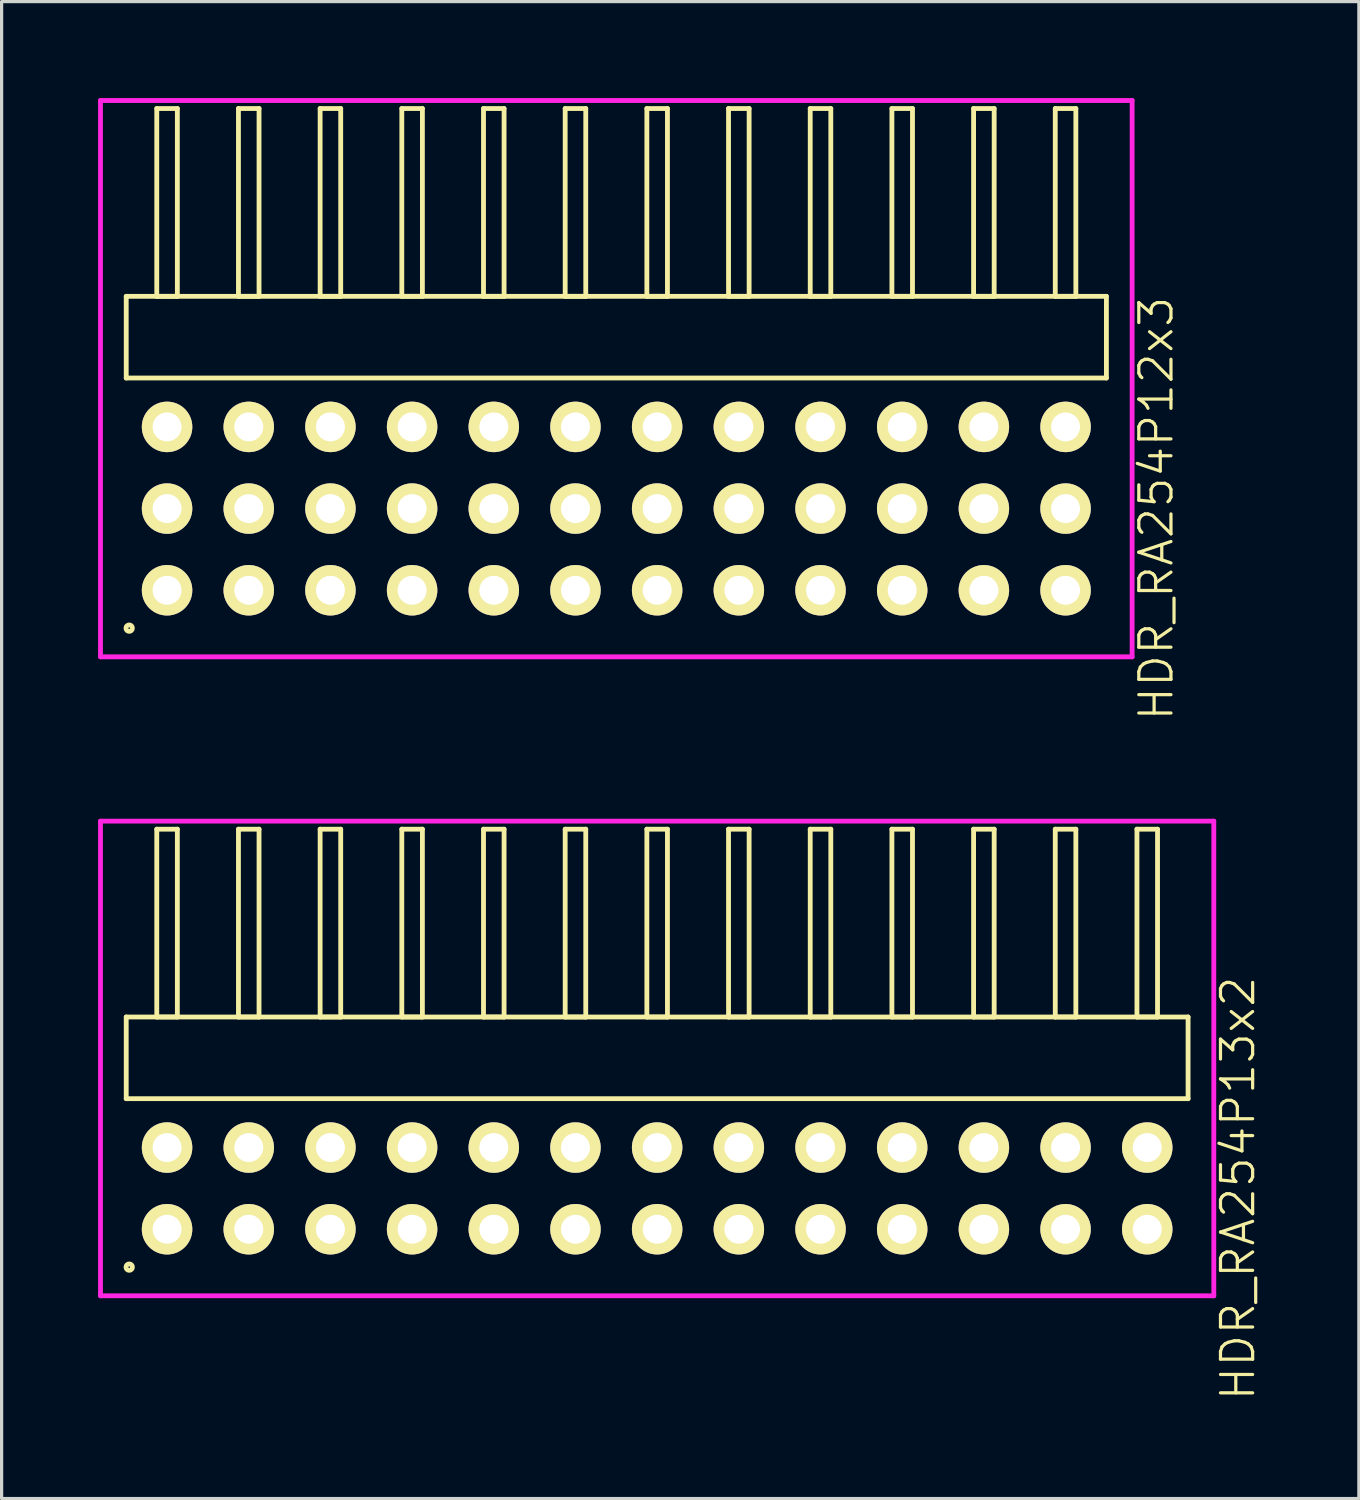
<source format=kicad_pcb>
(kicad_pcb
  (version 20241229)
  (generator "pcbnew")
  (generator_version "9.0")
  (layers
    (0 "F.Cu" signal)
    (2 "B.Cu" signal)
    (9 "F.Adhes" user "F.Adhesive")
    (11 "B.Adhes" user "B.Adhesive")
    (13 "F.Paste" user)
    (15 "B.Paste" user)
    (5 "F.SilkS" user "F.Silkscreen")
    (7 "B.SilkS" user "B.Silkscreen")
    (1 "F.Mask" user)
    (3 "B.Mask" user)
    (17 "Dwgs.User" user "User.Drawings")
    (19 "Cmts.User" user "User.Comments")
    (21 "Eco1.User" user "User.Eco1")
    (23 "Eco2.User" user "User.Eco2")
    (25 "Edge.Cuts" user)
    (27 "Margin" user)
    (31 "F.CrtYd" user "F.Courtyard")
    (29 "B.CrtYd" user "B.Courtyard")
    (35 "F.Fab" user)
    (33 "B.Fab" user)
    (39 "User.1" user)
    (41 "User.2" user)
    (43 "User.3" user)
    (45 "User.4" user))
  (footprint "HDR_RA254P13x2"
    (layer "F.Cu")
    (at 17.385 33.905)
    (property "Reference" "HDR_RA254P13x2" (at 18.06 0 90) (layer "F.SilkS") (effects (font (size 1 1) (thickness 0.1))))
    (attr through_hole)
    (fp_line (start -16.51 -5.33) (end -16.51 -2.79) (stroke (width 0.15) (type solid)) (layer "F.SilkS"))
    (fp_line (start -16.51 -2.79) (end 16.51 -2.79) (stroke (width 0.15) (type solid)) (layer "F.SilkS"))
    (fp_line (start -15.56 -11.17) (end -15.56 -5.33) (stroke (width 0.15) (type solid)) (layer "F.SilkS"))
    (fp_line (start -15.56 -5.33) (end -14.92 -5.33) (stroke (width 0.15) (type solid)) (layer "F.SilkS"))
    (fp_line (start -14.92 -11.17) (end -15.56 -11.17) (stroke (width 0.15) (type solid)) (layer "F.SilkS"))
    (fp_line (start -14.92 -5.33) (end -14.92 -11.17) (stroke (width 0.15) (type solid)) (layer "F.SilkS"))
    (fp_line (start -13.02 -11.17) (end -13.02 -5.33) (stroke (width 0.15) (type solid)) (layer "F.SilkS"))
    (fp_line (start -13.02 -5.33) (end -12.38 -5.33) (stroke (width 0.15) (type solid)) (layer "F.SilkS"))
    (fp_line (start -12.38 -11.17) (end -13.02 -11.17) (stroke (width 0.15) (type solid)) (layer "F.SilkS"))
    (fp_line (start -12.38 -5.33) (end -12.38 -11.17) (stroke (width 0.15) (type solid)) (layer "F.SilkS"))
    (fp_line (start -10.48 -11.17) (end -10.48 -5.33) (stroke (width 0.15) (type solid)) (layer "F.SilkS"))
    (fp_line (start -10.48 -5.33) (end -9.84 -5.33) (stroke (width 0.15) (type solid)) (layer "F.SilkS"))
    (fp_line (start -9.84 -11.17) (end -10.48 -11.17) (stroke (width 0.15) (type solid)) (layer "F.SilkS"))
    (fp_line (start -9.84 -5.33) (end -9.84 -11.17) (stroke (width 0.15) (type solid)) (layer "F.SilkS"))
    (fp_line (start -7.94 -11.17) (end -7.94 -5.33) (stroke (width 0.15) (type solid)) (layer "F.SilkS"))
    (fp_line (start -7.94 -5.33) (end -7.3 -5.33) (stroke (width 0.15) (type solid)) (layer "F.SilkS"))
    (fp_line (start -7.3 -11.17) (end -7.94 -11.17) (stroke (width 0.15) (type solid)) (layer "F.SilkS"))
    (fp_line (start -7.3 -5.33) (end -7.3 -11.17) (stroke (width 0.15) (type solid)) (layer "F.SilkS"))
    (fp_line (start -5.4 -11.17) (end -5.4 -5.33) (stroke (width 0.15) (type solid)) (layer "F.SilkS"))
    (fp_line (start -5.4 -5.33) (end -4.76 -5.33) (stroke (width 0.15) (type solid)) (layer "F.SilkS"))
    (fp_line (start -4.76 -11.17) (end -5.4 -11.17) (stroke (width 0.15) (type solid)) (layer "F.SilkS"))
    (fp_line (start -4.76 -5.33) (end -4.76 -11.17) (stroke (width 0.15) (type solid)) (layer "F.SilkS"))
    (fp_line (start -2.86 -11.17) (end -2.86 -5.33) (stroke (width 0.15) (type solid)) (layer "F.SilkS"))
    (fp_line (start -2.86 -5.33) (end -2.22 -5.33) (stroke (width 0.15) (type solid)) (layer "F.SilkS"))
    (fp_line (start -2.22 -11.17) (end -2.86 -11.17) (stroke (width 0.15) (type solid)) (layer "F.SilkS"))
    (fp_line (start -2.22 -5.33) (end -2.22 -11.17) (stroke (width 0.15) (type solid)) (layer "F.SilkS"))
    (fp_line (start -0.32 -11.17) (end -0.32 -5.33) (stroke (width 0.15) (type solid)) (layer "F.SilkS"))
    (fp_line (start -0.32 -5.33) (end 0.32 -5.33) (stroke (width 0.15) (type solid)) (layer "F.SilkS"))
    (fp_line (start 0.32 -11.17) (end -0.32 -11.17) (stroke (width 0.15) (type solid)) (layer "F.SilkS"))
    (fp_line (start 0.32 -5.33) (end 0.32 -11.17) (stroke (width 0.15) (type solid)) (layer "F.SilkS"))
    (fp_line (start 2.22 -11.17) (end 2.22 -5.33) (stroke (width 0.15) (type solid)) (layer "F.SilkS"))
    (fp_line (start 2.22 -5.33) (end 2.86 -5.33) (stroke (width 0.15) (type solid)) (layer "F.SilkS"))
    (fp_line (start 2.86 -11.17) (end 2.22 -11.17) (stroke (width 0.15) (type solid)) (layer "F.SilkS"))
    (fp_line (start 2.86 -5.33) (end 2.86 -11.17) (stroke (width 0.15) (type solid)) (layer "F.SilkS"))
    (fp_line (start 4.76 -11.17) (end 4.76 -5.33) (stroke (width 0.15) (type solid)) (layer "F.SilkS"))
    (fp_line (start 4.76 -5.33) (end 5.4 -5.33) (stroke (width 0.15) (type solid)) (layer "F.SilkS"))
    (fp_line (start 5.4 -11.17) (end 4.76 -11.17) (stroke (width 0.15) (type solid)) (layer "F.SilkS"))
    (fp_line (start 5.4 -5.33) (end 5.4 -11.17) (stroke (width 0.15) (type solid)) (layer "F.SilkS"))
    (fp_line (start 7.3 -11.17) (end 7.3 -5.33) (stroke (width 0.15) (type solid)) (layer "F.SilkS"))
    (fp_line (start 7.3 -5.33) (end 7.94 -5.33) (stroke (width 0.15) (type solid)) (layer "F.SilkS"))
    (fp_line (start 7.94 -11.17) (end 7.3 -11.17) (stroke (width 0.15) (type solid)) (layer "F.SilkS"))
    (fp_line (start 7.94 -5.33) (end 7.94 -11.17) (stroke (width 0.15) (type solid)) (layer "F.SilkS"))
    (fp_line (start 9.84 -11.17) (end 9.84 -5.33) (stroke (width 0.15) (type solid)) (layer "F.SilkS"))
    (fp_line (start 9.84 -5.33) (end 10.48 -5.33) (stroke (width 0.15) (type solid)) (layer "F.SilkS"))
    (fp_line (start 10.48 -11.17) (end 9.84 -11.17) (stroke (width 0.15) (type solid)) (layer "F.SilkS"))
    (fp_line (start 10.48 -5.33) (end 10.48 -11.17) (stroke (width 0.15) (type solid)) (layer "F.SilkS"))
    (fp_line (start 12.38 -11.17) (end 12.38 -5.33) (stroke (width 0.15) (type solid)) (layer "F.SilkS"))
    (fp_line (start 12.38 -5.33) (end 13.02 -5.33) (stroke (width 0.15) (type solid)) (layer "F.SilkS"))
    (fp_line (start 13.02 -11.17) (end 12.38 -11.17) (stroke (width 0.15) (type solid)) (layer "F.SilkS"))
    (fp_line (start 13.02 -5.33) (end 13.02 -11.17) (stroke (width 0.15) (type solid)) (layer "F.SilkS"))
    (fp_line (start 14.92 -11.17) (end 14.92 -5.33) (stroke (width 0.15) (type solid)) (layer "F.SilkS"))
    (fp_line (start 14.92 -5.33) (end 15.56 -5.33) (stroke (width 0.15) (type solid)) (layer "F.SilkS"))
    (fp_line (start 15.56 -11.17) (end 14.92 -11.17) (stroke (width 0.15) (type solid)) (layer "F.SilkS"))
    (fp_line (start 15.56 -5.33) (end 15.56 -11.17) (stroke (width 0.15) (type solid)) (layer "F.SilkS"))
    (fp_line (start 16.51 -5.33) (end -16.51 -5.33) (stroke (width 0.15) (type solid)) (layer "F.SilkS"))
    (fp_line (start 16.51 -2.79) (end 16.51 -5.33) (stroke (width 0.15) (type solid)) (layer "F.SilkS"))
    (fp_circle (center -16.417 2.448) (end -16.317 2.448) (stroke (width 0.15) (type solid)) (fill no) (layer "F.SilkS"))
    (fp_line (start -17.31 -11.42) (end -17.31 3.34) (stroke (width 0.15) (type solid)) (layer "F.CrtYd"))
    (fp_line (start -17.31 3.34) (end 17.31 3.34) (stroke (width 0.15) (type solid)) (layer "F.CrtYd"))
    (fp_line (start 17.31 -11.42) (end -17.31 -11.42) (stroke (width 0.15) (type solid)) (layer "F.CrtYd"))
    (fp_line (start 17.31 3.34) (end 17.31 -11.42) (stroke (width 0.15) (type solid)) (layer "F.CrtYd"))
    (pad "1" thru_hole oval (at -15.24 1.27) (size 1.57 1.57) (drill 0.9) (layers "*.Cu" "*.Mask" "F.SilkS"))
    (pad "2" thru_hole oval (at -15.24 -1.27) (size 1.57 1.57) (drill 0.9) (layers "*.Cu" "*.Mask" "F.SilkS"))
    (pad "3" thru_hole oval (at -12.7 1.27) (size 1.57 1.57) (drill 0.9) (layers "*.Cu" "*.Mask" "F.SilkS"))
    (pad "4" thru_hole oval (at -12.7 -1.27) (size 1.57 1.57) (drill 0.9) (layers "*.Cu" "*.Mask" "F.SilkS"))
    (pad "5" thru_hole oval (at -10.16 1.27) (size 1.57 1.57) (drill 0.9) (layers "*.Cu" "*.Mask" "F.SilkS"))
    (pad "6" thru_hole oval (at -10.16 -1.27) (size 1.57 1.57) (drill 0.9) (layers "*.Cu" "*.Mask" "F.SilkS"))
    (pad "7" thru_hole oval (at -7.62 1.27) (size 1.57 1.57) (drill 0.9) (layers "*.Cu" "*.Mask" "F.SilkS"))
    (pad "8" thru_hole oval (at -7.62 -1.27) (size 1.57 1.57) (drill 0.9) (layers "*.Cu" "*.Mask" "F.SilkS"))
    (pad "9" thru_hole oval (at -5.08 1.27) (size 1.57 1.57) (drill 0.9) (layers "*.Cu" "*.Mask" "F.SilkS"))
    (pad "10" thru_hole oval (at -5.08 -1.27) (size 1.57 1.57) (drill 0.9) (layers "*.Cu" "*.Mask" "F.SilkS"))
    (pad "11" thru_hole oval (at -2.54 1.27) (size 1.57 1.57) (drill 0.9) (layers "*.Cu" "*.Mask" "F.SilkS"))
    (pad "12" thru_hole oval (at -2.54 -1.27) (size 1.57 1.57) (drill 0.9) (layers "*.Cu" "*.Mask" "F.SilkS"))
    (pad "13" thru_hole oval (at 0 1.27) (size 1.57 1.57) (drill 0.9) (layers "*.Cu" "*.Mask" "F.SilkS"))
    (pad "14" thru_hole oval (at 0 -1.27) (size 1.57 1.57) (drill 0.9) (layers "*.Cu" "*.Mask" "F.SilkS"))
    (pad "15" thru_hole oval (at 2.54 1.27) (size 1.57 1.57) (drill 0.9) (layers "*.Cu" "*.Mask" "F.SilkS"))
    (pad "16" thru_hole oval (at 2.54 -1.27) (size 1.57 1.57) (drill 0.9) (layers "*.Cu" "*.Mask" "F.SilkS"))
    (pad "17" thru_hole oval (at 5.08 1.27) (size 1.57 1.57) (drill 0.9) (layers "*.Cu" "*.Mask" "F.SilkS"))
    (pad "18" thru_hole oval (at 5.08 -1.27) (size 1.57 1.57) (drill 0.9) (layers "*.Cu" "*.Mask" "F.SilkS"))
    (pad "19" thru_hole oval (at 7.62 1.27) (size 1.57 1.57) (drill 0.9) (layers "*.Cu" "*.Mask" "F.SilkS"))
    (pad "20" thru_hole oval (at 7.62 -1.27) (size 1.57 1.57) (drill 0.9) (layers "*.Cu" "*.Mask" "F.SilkS"))
    (pad "21" thru_hole oval (at 10.16 1.27) (size 1.57 1.57) (drill 0.9) (layers "*.Cu" "*.Mask" "F.SilkS"))
    (pad "22" thru_hole oval (at 10.16 -1.27) (size 1.57 1.57) (drill 0.9) (layers "*.Cu" "*.Mask" "F.SilkS"))
    (pad "23" thru_hole oval (at 12.7 1.27) (size 1.57 1.57) (drill 0.9) (layers "*.Cu" "*.Mask" "F.SilkS"))
    (pad "24" thru_hole oval (at 12.7 -1.27) (size 1.57 1.57) (drill 0.9) (layers "*.Cu" "*.Mask" "F.SilkS"))
    (pad "25" thru_hole oval (at 15.24 1.27) (size 1.57 1.57) (drill 0.9) (layers "*.Cu" "*.Mask" "F.SilkS"))
    (pad "26" thru_hole oval (at 15.24 -1.27) (size 1.57 1.57) (drill 0.9) (layers "*.Cu" "*.Mask" "F.SilkS")))
  (footprint "HDR_RA254P12x3"
    (layer "F.Cu")
    (at 16.115 12.765)
    (property "Reference" "HDR_RA254P12x3" (at 16.79 0 90) (layer "F.SilkS") (effects (font (size 1 1) (thickness 0.1))))
    (attr through_hole)
    (fp_line (start -15.24 -6.6) (end -15.24 -4.06) (stroke (width 0.15) (type solid)) (layer "F.SilkS"))
    (fp_line (start -15.24 -4.06) (end 15.24 -4.06) (stroke (width 0.15) (type solid)) (layer "F.SilkS"))
    (fp_line (start -14.29 -12.44) (end -14.29 -6.6) (stroke (width 0.15) (type solid)) (layer "F.SilkS"))
    (fp_line (start -14.29 -6.6) (end -13.65 -6.6) (stroke (width 0.15) (type solid)) (layer "F.SilkS"))
    (fp_line (start -13.65 -12.44) (end -14.29 -12.44) (stroke (width 0.15) (type solid)) (layer "F.SilkS"))
    (fp_line (start -13.65 -6.6) (end -13.65 -12.44) (stroke (width 0.15) (type solid)) (layer "F.SilkS"))
    (fp_line (start -11.75 -12.44) (end -11.75 -6.6) (stroke (width 0.15) (type solid)) (layer "F.SilkS"))
    (fp_line (start -11.75 -6.6) (end -11.11 -6.6) (stroke (width 0.15) (type solid)) (layer "F.SilkS"))
    (fp_line (start -11.11 -12.44) (end -11.75 -12.44) (stroke (width 0.15) (type solid)) (layer "F.SilkS"))
    (fp_line (start -11.11 -6.6) (end -11.11 -12.44) (stroke (width 0.15) (type solid)) (layer "F.SilkS"))
    (fp_line (start -9.21 -12.44) (end -9.21 -6.6) (stroke (width 0.15) (type solid)) (layer "F.SilkS"))
    (fp_line (start -9.21 -6.6) (end -8.57 -6.6) (stroke (width 0.15) (type solid)) (layer "F.SilkS"))
    (fp_line (start -8.57 -12.44) (end -9.21 -12.44) (stroke (width 0.15) (type solid)) (layer "F.SilkS"))
    (fp_line (start -8.57 -6.6) (end -8.57 -12.44) (stroke (width 0.15) (type solid)) (layer "F.SilkS"))
    (fp_line (start -6.67 -12.44) (end -6.67 -6.6) (stroke (width 0.15) (type solid)) (layer "F.SilkS"))
    (fp_line (start -6.67 -6.6) (end -6.03 -6.6) (stroke (width 0.15) (type solid)) (layer "F.SilkS"))
    (fp_line (start -6.03 -12.44) (end -6.67 -12.44) (stroke (width 0.15) (type solid)) (layer "F.SilkS"))
    (fp_line (start -6.03 -6.6) (end -6.03 -12.44) (stroke (width 0.15) (type solid)) (layer "F.SilkS"))
    (fp_line (start -4.13 -12.44) (end -4.13 -6.6) (stroke (width 0.15) (type solid)) (layer "F.SilkS"))
    (fp_line (start -4.13 -6.6) (end -3.49 -6.6) (stroke (width 0.15) (type solid)) (layer "F.SilkS"))
    (fp_line (start -3.49 -12.44) (end -4.13 -12.44) (stroke (width 0.15) (type solid)) (layer "F.SilkS"))
    (fp_line (start -3.49 -6.6) (end -3.49 -12.44) (stroke (width 0.15) (type solid)) (layer "F.SilkS"))
    (fp_line (start -1.59 -12.44) (end -1.59 -6.6) (stroke (width 0.15) (type solid)) (layer "F.SilkS"))
    (fp_line (start -1.59 -6.6) (end -0.95 -6.6) (stroke (width 0.15) (type solid)) (layer "F.SilkS"))
    (fp_line (start -0.95 -12.44) (end -1.59 -12.44) (stroke (width 0.15) (type solid)) (layer "F.SilkS"))
    (fp_line (start -0.95 -6.6) (end -0.95 -12.44) (stroke (width 0.15) (type solid)) (layer "F.SilkS"))
    (fp_line (start 0.95 -12.44) (end 0.95 -6.6) (stroke (width 0.15) (type solid)) (layer "F.SilkS"))
    (fp_line (start 0.95 -6.6) (end 1.59 -6.6) (stroke (width 0.15) (type solid)) (layer "F.SilkS"))
    (fp_line (start 1.59 -12.44) (end 0.95 -12.44) (stroke (width 0.15) (type solid)) (layer "F.SilkS"))
    (fp_line (start 1.59 -6.6) (end 1.59 -12.44) (stroke (width 0.15) (type solid)) (layer "F.SilkS"))
    (fp_line (start 3.49 -12.44) (end 3.49 -6.6) (stroke (width 0.15) (type solid)) (layer "F.SilkS"))
    (fp_line (start 3.49 -6.6) (end 4.13 -6.6) (stroke (width 0.15) (type solid)) (layer "F.SilkS"))
    (fp_line (start 4.13 -12.44) (end 3.49 -12.44) (stroke (width 0.15) (type solid)) (layer "F.SilkS"))
    (fp_line (start 4.13 -6.6) (end 4.13 -12.44) (stroke (width 0.15) (type solid)) (layer "F.SilkS"))
    (fp_line (start 6.03 -12.44) (end 6.03 -6.6) (stroke (width 0.15) (type solid)) (layer "F.SilkS"))
    (fp_line (start 6.03 -6.6) (end 6.67 -6.6) (stroke (width 0.15) (type solid)) (layer "F.SilkS"))
    (fp_line (start 6.67 -12.44) (end 6.03 -12.44) (stroke (width 0.15) (type solid)) (layer "F.SilkS"))
    (fp_line (start 6.67 -6.6) (end 6.67 -12.44) (stroke (width 0.15) (type solid)) (layer "F.SilkS"))
    (fp_line (start 8.57 -12.44) (end 8.57 -6.6) (stroke (width 0.15) (type solid)) (layer "F.SilkS"))
    (fp_line (start 8.57 -6.6) (end 9.21 -6.6) (stroke (width 0.15) (type solid)) (layer "F.SilkS"))
    (fp_line (start 9.21 -12.44) (end 8.57 -12.44) (stroke (width 0.15) (type solid)) (layer "F.SilkS"))
    (fp_line (start 9.21 -6.6) (end 9.21 -12.44) (stroke (width 0.15) (type solid)) (layer "F.SilkS"))
    (fp_line (start 11.11 -12.44) (end 11.11 -6.6) (stroke (width 0.15) (type solid)) (layer "F.SilkS"))
    (fp_line (start 11.11 -6.6) (end 11.75 -6.6) (stroke (width 0.15) (type solid)) (layer "F.SilkS"))
    (fp_line (start 11.75 -12.44) (end 11.11 -12.44) (stroke (width 0.15) (type solid)) (layer "F.SilkS"))
    (fp_line (start 11.75 -6.6) (end 11.75 -12.44) (stroke (width 0.15) (type solid)) (layer "F.SilkS"))
    (fp_line (start 13.65 -12.44) (end 13.65 -6.6) (stroke (width 0.15) (type solid)) (layer "F.SilkS"))
    (fp_line (start 13.65 -6.6) (end 14.29 -6.6) (stroke (width 0.15) (type solid)) (layer "F.SilkS"))
    (fp_line (start 14.29 -12.44) (end 13.65 -12.44) (stroke (width 0.15) (type solid)) (layer "F.SilkS"))
    (fp_line (start 14.29 -6.6) (end 14.29 -12.44) (stroke (width 0.15) (type solid)) (layer "F.SilkS"))
    (fp_line (start 15.24 -6.6) (end -15.24 -6.6) (stroke (width 0.15) (type solid)) (layer "F.SilkS"))
    (fp_line (start 15.24 -4.06) (end 15.24 -6.6) (stroke (width 0.15) (type solid)) (layer "F.SilkS"))
    (fp_circle (center -15.148 3.718) (end -15.048 3.718) (stroke (width 0.15) (type solid)) (fill no) (layer "F.SilkS"))
    (fp_line (start -16.04 -12.69) (end -16.04 4.61) (stroke (width 0.15) (type solid)) (layer "F.CrtYd"))
    (fp_line (start -16.04 4.61) (end 16.04 4.61) (stroke (width 0.15) (type solid)) (layer "F.CrtYd"))
    (fp_line (start 16.04 -12.69) (end -16.04 -12.69) (stroke (width 0.15) (type solid)) (layer "F.CrtYd"))
    (fp_line (start 16.04 4.61) (end 16.04 -12.69) (stroke (width 0.15) (type solid)) (layer "F.CrtYd"))
    (pad "1" thru_hole oval (at -13.97 2.54) (size 1.57 1.57) (drill 0.9) (layers "*.Cu" "*.Mask" "F.SilkS"))
    (pad "2" thru_hole oval (at -13.97 0) (size 1.57 1.57) (drill 0.9) (layers "*.Cu" "*.Mask" "F.SilkS"))
    (pad "3" thru_hole oval (at -13.97 -2.54) (size 1.57 1.57) (drill 0.9) (layers "*.Cu" "*.Mask" "F.SilkS"))
    (pad "4" thru_hole oval (at -11.43 2.54) (size 1.57 1.57) (drill 0.9) (layers "*.Cu" "*.Mask" "F.SilkS"))
    (pad "5" thru_hole oval (at -11.43 0) (size 1.57 1.57) (drill 0.9) (layers "*.Cu" "*.Mask" "F.SilkS"))
    (pad "6" thru_hole oval (at -11.43 -2.54) (size 1.57 1.57) (drill 0.9) (layers "*.Cu" "*.Mask" "F.SilkS"))
    (pad "7" thru_hole oval (at -8.89 2.54) (size 1.57 1.57) (drill 0.9) (layers "*.Cu" "*.Mask" "F.SilkS"))
    (pad "8" thru_hole oval (at -8.89 0) (size 1.57 1.57) (drill 0.9) (layers "*.Cu" "*.Mask" "F.SilkS"))
    (pad "9" thru_hole oval (at -8.89 -2.54) (size 1.57 1.57) (drill 0.9) (layers "*.Cu" "*.Mask" "F.SilkS"))
    (pad "10" thru_hole oval (at -6.35 2.54) (size 1.57 1.57) (drill 0.9) (layers "*.Cu" "*.Mask" "F.SilkS"))
    (pad "11" thru_hole oval (at -6.35 0) (size 1.57 1.57) (drill 0.9) (layers "*.Cu" "*.Mask" "F.SilkS"))
    (pad "12" thru_hole oval (at -6.35 -2.54) (size 1.57 1.57) (drill 0.9) (layers "*.Cu" "*.Mask" "F.SilkS"))
    (pad "13" thru_hole oval (at -3.81 2.54) (size 1.57 1.57) (drill 0.9) (layers "*.Cu" "*.Mask" "F.SilkS"))
    (pad "14" thru_hole oval (at -3.81 0) (size 1.57 1.57) (drill 0.9) (layers "*.Cu" "*.Mask" "F.SilkS"))
    (pad "15" thru_hole oval (at -3.81 -2.54) (size 1.57 1.57) (drill 0.9) (layers "*.Cu" "*.Mask" "F.SilkS"))
    (pad "16" thru_hole oval (at -1.27 2.54) (size 1.57 1.57) (drill 0.9) (layers "*.Cu" "*.Mask" "F.SilkS"))
    (pad "17" thru_hole oval (at -1.27 0) (size 1.57 1.57) (drill 0.9) (layers "*.Cu" "*.Mask" "F.SilkS"))
    (pad "18" thru_hole oval (at -1.27 -2.54) (size 1.57 1.57) (drill 0.9) (layers "*.Cu" "*.Mask" "F.SilkS"))
    (pad "19" thru_hole oval (at 1.27 2.54) (size 1.57 1.57) (drill 0.9) (layers "*.Cu" "*.Mask" "F.SilkS"))
    (pad "20" thru_hole oval (at 1.27 0) (size 1.57 1.57) (drill 0.9) (layers "*.Cu" "*.Mask" "F.SilkS"))
    (pad "21" thru_hole oval (at 1.27 -2.54) (size 1.57 1.57) (drill 0.9) (layers "*.Cu" "*.Mask" "F.SilkS"))
    (pad "22" thru_hole oval (at 3.81 2.54) (size 1.57 1.57) (drill 0.9) (layers "*.Cu" "*.Mask" "F.SilkS"))
    (pad "23" thru_hole oval (at 3.81 0) (size 1.57 1.57) (drill 0.9) (layers "*.Cu" "*.Mask" "F.SilkS"))
    (pad "24" thru_hole oval (at 3.81 -2.54) (size 1.57 1.57) (drill 0.9) (layers "*.Cu" "*.Mask" "F.SilkS"))
    (pad "25" thru_hole oval (at 6.35 2.54) (size 1.57 1.57) (drill 0.9) (layers "*.Cu" "*.Mask" "F.SilkS"))
    (pad "26" thru_hole oval (at 6.35 0) (size 1.57 1.57) (drill 0.9) (layers "*.Cu" "*.Mask" "F.SilkS"))
    (pad "27" thru_hole oval (at 6.35 -2.54) (size 1.57 1.57) (drill 0.9) (layers "*.Cu" "*.Mask" "F.SilkS"))
    (pad "28" thru_hole oval (at 8.89 2.54) (size 1.57 1.57) (drill 0.9) (layers "*.Cu" "*.Mask" "F.SilkS"))
    (pad "29" thru_hole oval (at 8.89 0) (size 1.57 1.57) (drill 0.9) (layers "*.Cu" "*.Mask" "F.SilkS"))
    (pad "30" thru_hole oval (at 8.89 -2.54) (size 1.57 1.57) (drill 0.9) (layers "*.Cu" "*.Mask" "F.SilkS"))
    (pad "31" thru_hole oval (at 11.43 2.54) (size 1.57 1.57) (drill 0.9) (layers "*.Cu" "*.Mask" "F.SilkS"))
    (pad "32" thru_hole oval (at 11.43 0) (size 1.57 1.57) (drill 0.9) (layers "*.Cu" "*.Mask" "F.SilkS"))
    (pad "33" thru_hole oval (at 11.43 -2.54) (size 1.57 1.57) (drill 0.9) (layers "*.Cu" "*.Mask" "F.SilkS"))
    (pad "34" thru_hole oval (at 13.97 2.54) (size 1.57 1.57) (drill 0.9) (layers "*.Cu" "*.Mask" "F.SilkS"))
    (pad "35" thru_hole oval (at 13.97 0) (size 1.57 1.57) (drill 0.9) (layers "*.Cu" "*.Mask" "F.SilkS"))
    (pad "36" thru_hole oval (at 13.97 -2.54) (size 1.57 1.57) (drill 0.9) (layers "*.Cu" "*.Mask" "F.SilkS")))
  (gr_rect
    (start -3 -3)
    (end 39.206 43.55)
    (stroke (width 0.1) (type default))
    (fill no)
    (layer "Edge.Cuts")))
</source>
